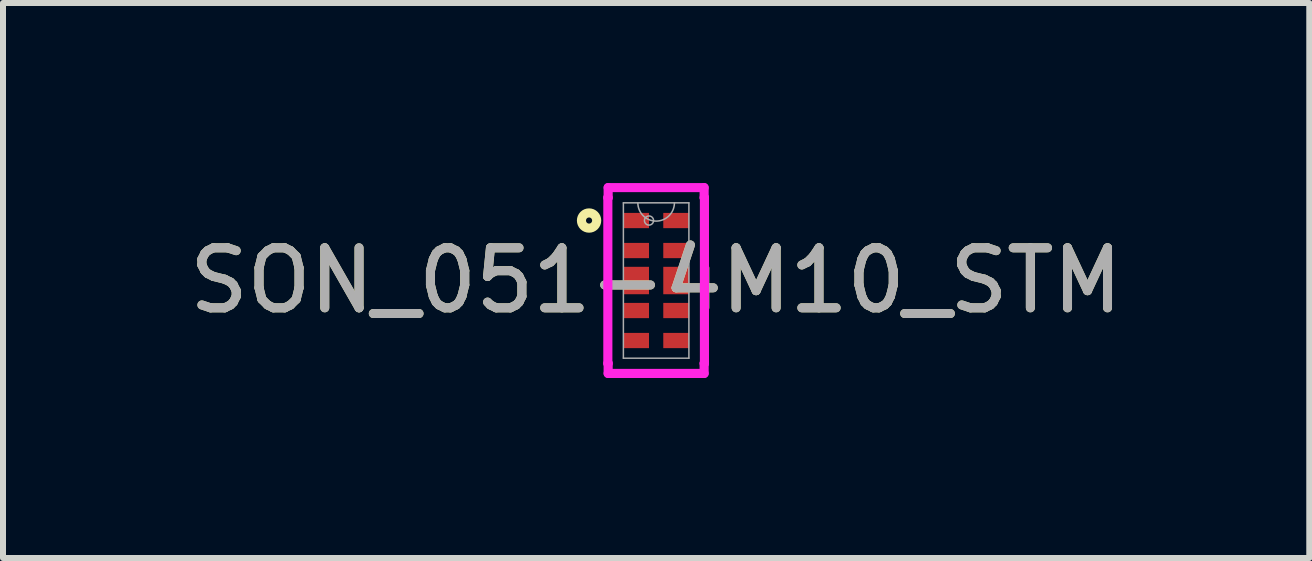
<source format=kicad_pcb>
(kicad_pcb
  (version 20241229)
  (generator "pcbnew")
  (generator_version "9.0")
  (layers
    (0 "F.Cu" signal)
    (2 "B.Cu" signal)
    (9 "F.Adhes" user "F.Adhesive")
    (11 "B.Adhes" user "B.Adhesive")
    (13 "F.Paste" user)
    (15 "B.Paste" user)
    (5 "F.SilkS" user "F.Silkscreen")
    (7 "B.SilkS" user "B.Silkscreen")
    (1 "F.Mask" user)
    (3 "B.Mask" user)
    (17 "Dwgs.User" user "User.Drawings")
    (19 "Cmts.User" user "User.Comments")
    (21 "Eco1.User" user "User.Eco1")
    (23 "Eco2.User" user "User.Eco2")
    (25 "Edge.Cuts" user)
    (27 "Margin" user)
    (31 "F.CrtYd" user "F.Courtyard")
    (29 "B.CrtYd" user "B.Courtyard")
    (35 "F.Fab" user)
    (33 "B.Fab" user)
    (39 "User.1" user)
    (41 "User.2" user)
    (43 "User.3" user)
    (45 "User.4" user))
  (footprint "SON_051-4M10_STM"
    (layer "F.Cu")
    (at 7.887 1.626)
    (property "Reference" "SON_051-4M10_STM" (at 0 0 0) (unlocked yes) (layer "F.SilkS") (effects (font (size 1 1) (thickness 0.15))))
    (attr smd)
    (fp_circle (center -1.118 -1) (end -0.991 -1) (stroke (width 0.152) (type solid)) (fill no) (layer "F.SilkS"))
    (fp_line (start -0.805 -1.381) (end -0.8 -1.381) (stroke (width 0.152) (type solid)) (layer "F.CrtYd"))
    (fp_line (start -0.805 1.381) (end -0.805 -1.381) (stroke (width 0.152) (type solid)) (layer "F.CrtYd"))
    (fp_line (start -0.805 1.381) (end -0.8 1.381) (stroke (width 0.152) (type solid)) (layer "F.CrtYd"))
    (fp_line (start -0.8 -1.549) (end 0.8 -1.549) (stroke (width 0.152) (type solid)) (layer "F.CrtYd"))
    (fp_line (start -0.8 -1.381) (end -0.8 -1.549) (stroke (width 0.152) (type solid)) (layer "F.CrtYd"))
    (fp_line (start -0.8 1.549) (end -0.8 1.381) (stroke (width 0.152) (type solid)) (layer "F.CrtYd"))
    (fp_line (start 0.8 -1.549) (end 0.8 -1.381) (stroke (width 0.152) (type solid)) (layer "F.CrtYd"))
    (fp_line (start 0.8 1.381) (end 0.8 1.549) (stroke (width 0.152) (type solid)) (layer "F.CrtYd"))
    (fp_line (start 0.8 1.549) (end -0.8 1.549) (stroke (width 0.152) (type solid)) (layer "F.CrtYd"))
    (fp_line (start 0.805 -1.381) (end 0.8 -1.381) (stroke (width 0.152) (type solid)) (layer "F.CrtYd"))
    (fp_line (start 0.805 -1.381) (end 0.805 1.381) (stroke (width 0.152) (type solid)) (layer "F.CrtYd"))
    (fp_line (start 0.805 1.381) (end 0.8 1.381) (stroke (width 0.152) (type solid)) (layer "F.CrtYd"))
    (fp_line (start -0.546 -1.295) (end -0.546 1.295) (stroke (width 0.025) (type solid)) (layer "F.Fab"))
    (fp_line (start -0.546 1.295) (end 0.546 1.295) (stroke (width 0.025) (type solid)) (layer "F.Fab"))
    (fp_line (start 0.546 -1.295) (end -0.546 -1.295) (stroke (width 0.025) (type solid)) (layer "F.Fab"))
    (fp_line (start 0.546 1.295) (end 0.546 -1.295) (stroke (width 0.025) (type solid)) (layer "F.Fab"))
    (fp_arc (start 0.3048 -1.2954) (mid 0 -0.9906) (end -0.3048 -1.2954) (stroke (width 0.0254) (type solid)) (layer "F.Fab"))
    (fp_circle (center -0.119 -1) (end -0.043 -1) (stroke (width 0.025) (type solid)) (fill no) (layer "F.Fab"))
    (fp_text user "${REFERENCE}" (at 0 0 0) (unlocked yes) (layer "F.Fab") (effects (font (size 1 1) (thickness 0.15))))
    (pad "1" smd rect (at -0.335 -1) (size 0.432 0.254) (layers "F.Cu" "F.Mask" "F.Paste"))
    (pad "2" smd rect (at -0.335 -0.5) (size 0.432 0.254) (layers "F.Cu" "F.Mask" "F.Paste"))
    (pad "3" smd rect (at -0.335 0) (size 0.432 0.457) (layers "F.Cu" "F.Mask" "F.Paste"))
    (pad "4" smd rect (at -0.335 0.5) (size 0.432 0.254) (layers "F.Cu" "F.Mask" "F.Paste"))
    (pad "5" smd rect (at -0.335 1) (size 0.432 0.254) (layers "F.Cu" "F.Mask" "F.Paste"))
    (pad "6" smd rect (at 0.335 1) (size 0.432 0.254) (layers "F.Cu" "F.Mask" "F.Paste"))
    (pad "7" smd rect (at 0.335 0.5) (size 0.432 0.254) (layers "F.Cu" "F.Mask" "F.Paste"))
    (pad "8" smd rect (at 0.335 0) (size 0.432 0.457) (layers "F.Cu" "F.Mask" "F.Paste"))
    (pad "9" smd rect (at 0.335 -0.5) (size 0.432 0.254) (layers "F.Cu" "F.Mask" "F.Paste"))
    (pad "10" smd rect (at 0.335 -1) (size 0.432 0.254) (layers "F.Cu" "F.Mask" "F.Paste")))
  (gr_rect
    (start -3 -3)
    (end 18.774 6.251)
    (stroke (width 0.1) (type default))
    (fill no)
    (layer "Edge.Cuts")))
</source>
